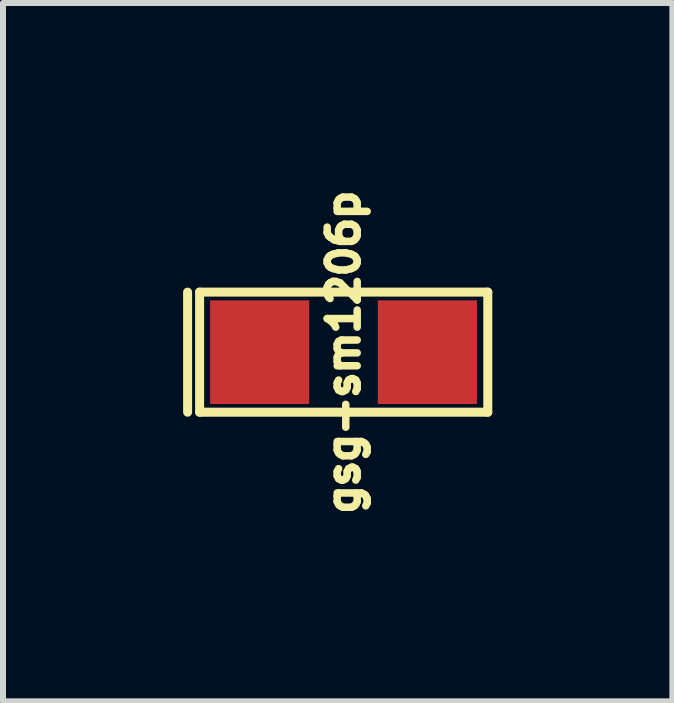
<source format=kicad_pcb>
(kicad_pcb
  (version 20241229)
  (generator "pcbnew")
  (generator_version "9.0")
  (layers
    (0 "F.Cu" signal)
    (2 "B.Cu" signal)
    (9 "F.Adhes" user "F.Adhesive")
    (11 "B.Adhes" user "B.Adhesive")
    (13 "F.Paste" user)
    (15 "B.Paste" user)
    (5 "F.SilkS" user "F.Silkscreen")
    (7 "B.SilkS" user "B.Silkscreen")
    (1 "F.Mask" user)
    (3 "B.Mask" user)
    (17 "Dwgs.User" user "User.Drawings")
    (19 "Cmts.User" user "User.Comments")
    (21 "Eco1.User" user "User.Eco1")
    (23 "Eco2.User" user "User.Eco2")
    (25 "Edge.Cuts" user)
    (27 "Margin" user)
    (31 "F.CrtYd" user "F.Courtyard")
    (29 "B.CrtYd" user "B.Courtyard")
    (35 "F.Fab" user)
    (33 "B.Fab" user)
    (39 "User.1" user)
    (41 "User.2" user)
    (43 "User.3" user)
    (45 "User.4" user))
  (footprint "gsg-sm1206p"
    (layer "F.Cu")
    (at 2.675 2.816)
    (property "Reference" "gsg-sm1206p" (at 0 0 90) (layer "F.SilkS") (effects (font (size 0.5 0.5) (thickness 0.125))))
    (attr through_hole)
    (fp_line (start -2.6 -1) (end -2.6 1) (stroke (width 0.15) (type solid)) (layer "F.SilkS"))
    (fp_line (start -2.4 -1) (end -2.4 1) (stroke (width 0.15) (type solid)) (layer "F.SilkS"))
    (fp_line (start -2.4 1) (end 2.4 1) (stroke (width 0.15) (type solid)) (layer "F.SilkS"))
    (fp_line (start 2.4 -1) (end -2.4 -1) (stroke (width 0.15) (type solid)) (layer "F.SilkS"))
    (fp_line (start 2.4 1) (end 2.4 -1) (stroke (width 0.15) (type solid)) (layer "F.SilkS"))
    (pad "1" smd rect (at -1.4 0) (size 1.651 1.727) (layers "F.Cu" "F.Mask" "F.Paste"))
    (pad "2" smd rect (at 1.394 0) (size 1.651 1.727) (layers "F.Cu" "F.Mask" "F.Paste")))
  (gr_rect
    (start -3 -3)
    (end 8.15 8.632)
    (stroke (width 0.1) (type default))
    (fill no)
    (layer "Edge.Cuts")))
</source>
